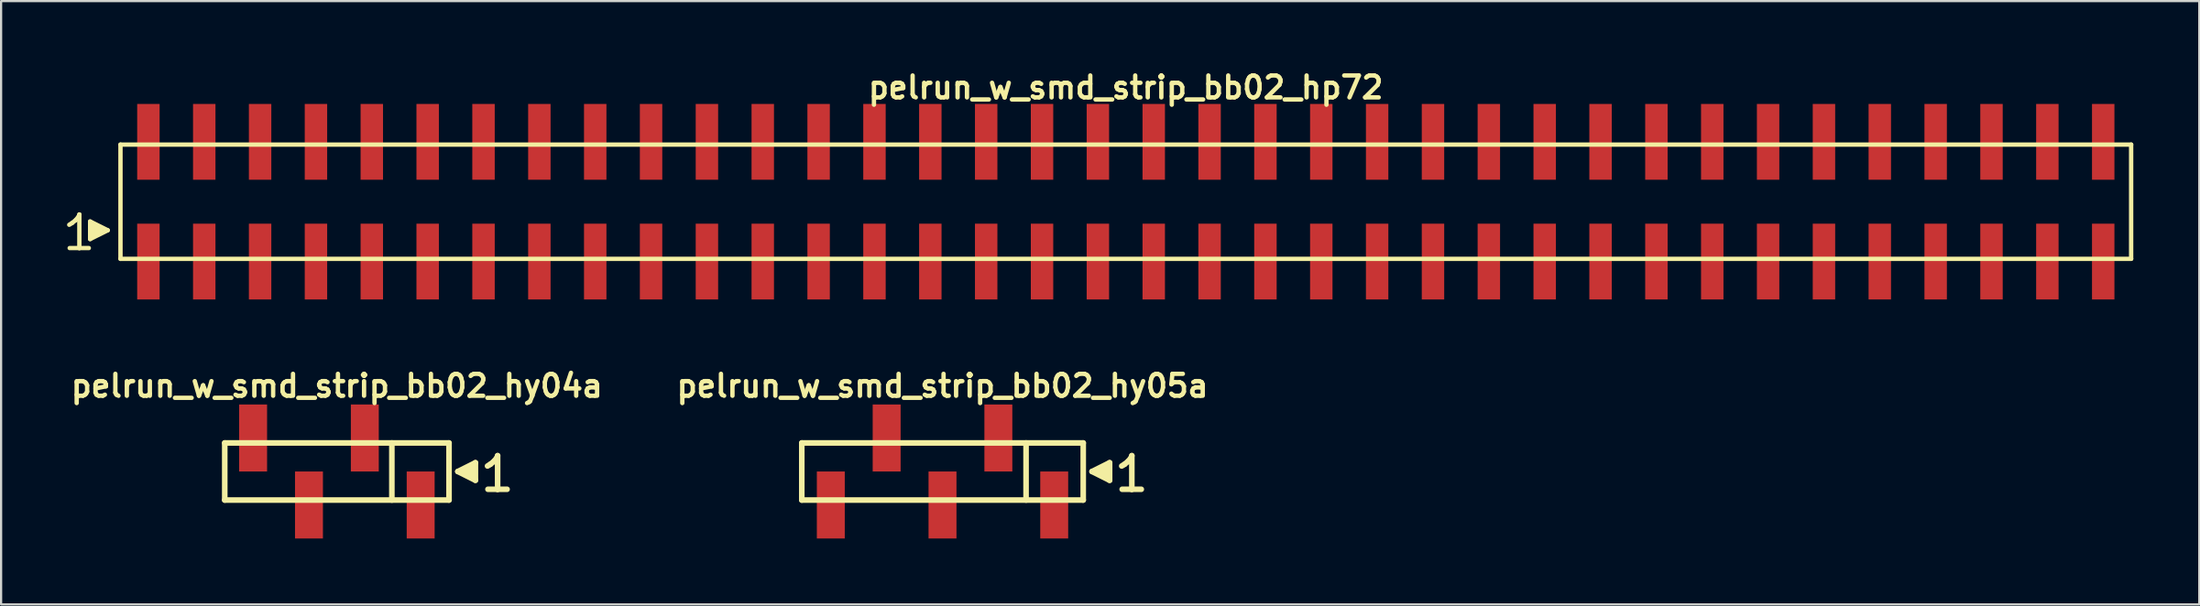
<source format=kicad_pcb>
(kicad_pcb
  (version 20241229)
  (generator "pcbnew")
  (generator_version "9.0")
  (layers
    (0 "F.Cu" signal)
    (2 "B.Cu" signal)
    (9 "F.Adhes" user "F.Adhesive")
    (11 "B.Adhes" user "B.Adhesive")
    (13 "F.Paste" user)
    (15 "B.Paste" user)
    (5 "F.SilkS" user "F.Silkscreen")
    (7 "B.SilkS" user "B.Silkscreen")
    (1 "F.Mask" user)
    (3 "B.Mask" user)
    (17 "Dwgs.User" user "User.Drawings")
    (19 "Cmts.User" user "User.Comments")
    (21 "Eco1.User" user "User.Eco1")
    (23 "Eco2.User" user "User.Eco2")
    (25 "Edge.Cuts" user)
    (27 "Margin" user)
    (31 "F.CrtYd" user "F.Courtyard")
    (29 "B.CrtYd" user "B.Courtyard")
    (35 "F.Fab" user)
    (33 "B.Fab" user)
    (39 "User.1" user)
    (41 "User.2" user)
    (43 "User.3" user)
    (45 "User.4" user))
  (footprint "pelrun_w_smd_strip_bb02_hp72"
    (layer "F.Cu")
    (at 48.149 6.132)
    (property "Reference" "pelrun_w_smd_strip_bb02_hp72" (at 0 -5.2 0) (layer "F.SilkS") (effects (font (size 0.998 0.998) (thickness 0.198))))
    (attr through_hole)
    (fp_line (start -48.05 1.05) (end -47.92 0.97) (stroke (width 0.198) (type solid)) (layer "F.SilkS"))
    (fp_line (start -47.92 0.97) (end -47.76 0.84) (stroke (width 0.198) (type solid)) (layer "F.SilkS"))
    (fp_line (start -47.76 0.84) (end -47.62 0.67) (stroke (width 0.198) (type solid)) (layer "F.SilkS"))
    (fp_line (start -47.62 0.67) (end -47.59 0.58) (stroke (width 0.198) (type solid)) (layer "F.SilkS"))
    (fp_line (start -47.59 0.58) (end -47.59 2.11) (stroke (width 0.198) (type solid)) (layer "F.SilkS"))
    (fp_line (start -47.59 2.11) (end -48.03 2.11) (stroke (width 0.198) (type solid)) (layer "F.SilkS"))
    (fp_line (start -47.16 2.11) (end -47.6 2.11) (stroke (width 0.198) (type solid)) (layer "F.SilkS"))
    (fp_line (start -47.1 0.9) (end -46.3 1.3) (stroke (width 0.198) (type solid)) (layer "F.SilkS"))
    (fp_line (start -47.1 1.7) (end -47.1 0.9) (stroke (width 0.198) (type solid)) (layer "F.SilkS"))
    (fp_line (start -47 1.6) (end -47 1) (stroke (width 0.198) (type solid)) (layer "F.SilkS"))
    (fp_line (start -46.9 1.1) (end -46.9 1.5) (stroke (width 0.198) (type solid)) (layer "F.SilkS"))
    (fp_line (start -46.8 1.5) (end -46.8 1.1) (stroke (width 0.198) (type solid)) (layer "F.SilkS"))
    (fp_line (start -46.7 1.2) (end -46.7 1.4) (stroke (width 0.198) (type solid)) (layer "F.SilkS"))
    (fp_line (start -46.6 1.4) (end -46.6 1.2) (stroke (width 0.198) (type solid)) (layer "F.SilkS"))
    (fp_line (start -46.3 1.3) (end -47.1 1.7) (stroke (width 0.198) (type solid)) (layer "F.SilkS"))
    (fp_line (start -45.72 -2.6) (end -45.72 2.6) (stroke (width 0.198) (type solid)) (layer "F.SilkS"))
    (fp_line (start -45.72 -2.6) (end 45.72 -2.6) (stroke (width 0.198) (type solid)) (layer "F.SilkS"))
    (fp_line (start 45.72 2.6) (end -45.72 2.6) (stroke (width 0.198) (type solid)) (layer "F.SilkS"))
    (fp_line (start 45.72 2.6) (end 45.72 -2.6) (stroke (width 0.198) (type solid)) (layer "F.SilkS"))
    (pad "1" smd rect (at -44.45 2.725) (size 1.02 3.45) (layers "F.Cu" "F.Mask" "F.Paste"))
    (pad "2" smd rect (at -44.45 -2.725) (size 1.02 3.45) (layers "F.Cu" "F.Mask" "F.Paste"))
    (pad "3" smd rect (at -41.91 2.725) (size 1.02 3.45) (layers "F.Cu" "F.Mask" "F.Paste"))
    (pad "4" smd rect (at -41.91 -2.725) (size 1.02 3.45) (layers "F.Cu" "F.Mask" "F.Paste"))
    (pad "5" smd rect (at -39.37 2.725) (size 1.02 3.45) (layers "F.Cu" "F.Mask" "F.Paste"))
    (pad "6" smd rect (at -39.37 -2.725) (size 1.02 3.45) (layers "F.Cu" "F.Mask" "F.Paste"))
    (pad "7" smd rect (at -36.83 2.725) (size 1.02 3.45) (layers "F.Cu" "F.Mask" "F.Paste"))
    (pad "8" smd rect (at -36.83 -2.725) (size 1.02 3.45) (layers "F.Cu" "F.Mask" "F.Paste"))
    (pad "9" smd rect (at -34.29 2.725) (size 1.02 3.45) (layers "F.Cu" "F.Mask" "F.Paste"))
    (pad "10" smd rect (at -34.29 -2.725) (size 1.02 3.45) (layers "F.Cu" "F.Mask" "F.Paste"))
    (pad "11" smd rect (at -31.75 2.725) (size 1.02 3.45) (layers "F.Cu" "F.Mask" "F.Paste"))
    (pad "12" smd rect (at -31.75 -2.725) (size 1.02 3.45) (layers "F.Cu" "F.Mask" "F.Paste"))
    (pad "13" smd rect (at -29.21 2.725) (size 1.02 3.45) (layers "F.Cu" "F.Mask" "F.Paste"))
    (pad "14" smd rect (at -29.21 -2.725) (size 1.02 3.45) (layers "F.Cu" "F.Mask" "F.Paste"))
    (pad "15" smd rect (at -26.67 2.725) (size 1.02 3.45) (layers "F.Cu" "F.Mask" "F.Paste"))
    (pad "16" smd rect (at -26.67 -2.725) (size 1.02 3.45) (layers "F.Cu" "F.Mask" "F.Paste"))
    (pad "17" smd rect (at -24.13 2.725) (size 1.02 3.45) (layers "F.Cu" "F.Mask" "F.Paste"))
    (pad "18" smd rect (at -24.13 -2.725) (size 1.02 3.45) (layers "F.Cu" "F.Mask" "F.Paste"))
    (pad "19" smd rect (at -21.59 2.725) (size 1.02 3.45) (layers "F.Cu" "F.Mask" "F.Paste"))
    (pad "20" smd rect (at -21.59 -2.725) (size 1.02 3.45) (layers "F.Cu" "F.Mask" "F.Paste"))
    (pad "21" smd rect (at -19.05 2.725) (size 1.02 3.45) (layers "F.Cu" "F.Mask" "F.Paste"))
    (pad "22" smd rect (at -19.05 -2.725) (size 1.02 3.45) (layers "F.Cu" "F.Mask" "F.Paste"))
    (pad "23" smd rect (at -16.51 2.725) (size 1.02 3.45) (layers "F.Cu" "F.Mask" "F.Paste"))
    (pad "24" smd rect (at -16.51 -2.725) (size 1.02 3.45) (layers "F.Cu" "F.Mask" "F.Paste"))
    (pad "25" smd rect (at -13.97 2.725) (size 1.02 3.45) (layers "F.Cu" "F.Mask" "F.Paste"))
    (pad "26" smd rect (at -13.97 -2.725) (size 1.02 3.45) (layers "F.Cu" "F.Mask" "F.Paste"))
    (pad "27" smd rect (at -11.43 2.725) (size 1.02 3.45) (layers "F.Cu" "F.Mask" "F.Paste"))
    (pad "28" smd rect (at -11.43 -2.725) (size 1.02 3.45) (layers "F.Cu" "F.Mask" "F.Paste"))
    (pad "29" smd rect (at -8.89 2.725) (size 1.02 3.45) (layers "F.Cu" "F.Mask" "F.Paste"))
    (pad "30" smd rect (at -8.89 -2.725) (size 1.02 3.45) (layers "F.Cu" "F.Mask" "F.Paste"))
    (pad "31" smd rect (at -6.35 2.725) (size 1.02 3.45) (layers "F.Cu" "F.Mask" "F.Paste"))
    (pad "32" smd rect (at -6.35 -2.725) (size 1.02 3.45) (layers "F.Cu" "F.Mask" "F.Paste"))
    (pad "33" smd rect (at -3.81 2.725) (size 1.02 3.45) (layers "F.Cu" "F.Mask" "F.Paste"))
    (pad "34" smd rect (at -3.81 -2.725) (size 1.02 3.45) (layers "F.Cu" "F.Mask" "F.Paste"))
    (pad "35" smd rect (at -1.27 2.725) (size 1.02 3.45) (layers "F.Cu" "F.Mask" "F.Paste"))
    (pad "36" smd rect (at -1.27 -2.725) (size 1.02 3.45) (layers "F.Cu" "F.Mask" "F.Paste"))
    (pad "37" smd rect (at 1.27 2.725) (size 1.02 3.45) (layers "F.Cu" "F.Mask" "F.Paste"))
    (pad "38" smd rect (at 1.27 -2.725) (size 1.02 3.45) (layers "F.Cu" "F.Mask" "F.Paste"))
    (pad "39" smd rect (at 3.81 2.725) (size 1.02 3.45) (layers "F.Cu" "F.Mask" "F.Paste"))
    (pad "40" smd rect (at 3.81 -2.725) (size 1.02 3.45) (layers "F.Cu" "F.Mask" "F.Paste"))
    (pad "41" smd rect (at 6.35 2.725) (size 1.02 3.45) (layers "F.Cu" "F.Mask" "F.Paste"))
    (pad "42" smd rect (at 6.35 -2.725) (size 1.02 3.45) (layers "F.Cu" "F.Mask" "F.Paste"))
    (pad "43" smd rect (at 8.89 2.725) (size 1.02 3.45) (layers "F.Cu" "F.Mask" "F.Paste"))
    (pad "44" smd rect (at 8.89 -2.725) (size 1.02 3.45) (layers "F.Cu" "F.Mask" "F.Paste"))
    (pad "45" smd rect (at 11.43 2.725) (size 1.02 3.45) (layers "F.Cu" "F.Mask" "F.Paste"))
    (pad "46" smd rect (at 11.43 -2.725) (size 1.02 3.45) (layers "F.Cu" "F.Mask" "F.Paste"))
    (pad "47" smd rect (at 13.97 2.725) (size 1.02 3.45) (layers "F.Cu" "F.Mask" "F.Paste"))
    (pad "48" smd rect (at 13.97 -2.725) (size 1.02 3.45) (layers "F.Cu" "F.Mask" "F.Paste"))
    (pad "49" smd rect (at 16.51 2.725) (size 1.02 3.45) (layers "F.Cu" "F.Mask" "F.Paste"))
    (pad "50" smd rect (at 16.51 -2.725) (size 1.02 3.45) (layers "F.Cu" "F.Mask" "F.Paste"))
    (pad "51" smd rect (at 19.05 2.725) (size 1.02 3.45) (layers "F.Cu" "F.Mask" "F.Paste"))
    (pad "52" smd rect (at 19.05 -2.725) (size 1.02 3.45) (layers "F.Cu" "F.Mask" "F.Paste"))
    (pad "53" smd rect (at 21.59 2.725) (size 1.02 3.45) (layers "F.Cu" "F.Mask" "F.Paste"))
    (pad "54" smd rect (at 21.59 -2.725) (size 1.02 3.45) (layers "F.Cu" "F.Mask" "F.Paste"))
    (pad "55" smd rect (at 24.13 2.725) (size 1.02 3.45) (layers "F.Cu" "F.Mask" "F.Paste"))
    (pad "56" smd rect (at 24.13 -2.725) (size 1.02 3.45) (layers "F.Cu" "F.Mask" "F.Paste"))
    (pad "57" smd rect (at 26.67 2.725) (size 1.02 3.45) (layers "F.Cu" "F.Mask" "F.Paste"))
    (pad "58" smd rect (at 26.67 -2.725) (size 1.02 3.45) (layers "F.Cu" "F.Mask" "F.Paste"))
    (pad "59" smd rect (at 29.21 2.725) (size 1.02 3.45) (layers "F.Cu" "F.Mask" "F.Paste"))
    (pad "60" smd rect (at 29.21 -2.725) (size 1.02 3.45) (layers "F.Cu" "F.Mask" "F.Paste"))
    (pad "61" smd rect (at 31.75 2.725) (size 1.02 3.45) (layers "F.Cu" "F.Mask" "F.Paste"))
    (pad "62" smd rect (at 31.75 -2.725) (size 1.02 3.45) (layers "F.Cu" "F.Mask" "F.Paste"))
    (pad "63" smd rect (at 34.29 2.725) (size 1.02 3.45) (layers "F.Cu" "F.Mask" "F.Paste"))
    (pad "64" smd rect (at 34.29 -2.725) (size 1.02 3.45) (layers "F.Cu" "F.Mask" "F.Paste"))
    (pad "65" smd rect (at 36.83 2.725) (size 1.02 3.45) (layers "F.Cu" "F.Mask" "F.Paste"))
    (pad "66" smd rect (at 36.83 -2.725) (size 1.02 3.45) (layers "F.Cu" "F.Mask" "F.Paste"))
    (pad "67" smd rect (at 39.37 2.725) (size 1.02 3.45) (layers "F.Cu" "F.Mask" "F.Paste"))
    (pad "68" smd rect (at 39.37 -2.725) (size 1.02 3.45) (layers "F.Cu" "F.Mask" "F.Paste"))
    (pad "69" smd rect (at 41.91 2.725) (size 1.02 3.45) (layers "F.Cu" "F.Mask" "F.Paste"))
    (pad "70" smd rect (at 41.91 -2.725) (size 1.02 3.45) (layers "F.Cu" "F.Mask" "F.Paste"))
    (pad "71" smd rect (at 44.45 2.725) (size 1.02 3.45) (layers "F.Cu" "F.Mask" "F.Paste"))
    (pad "72" smd rect (at 44.45 -2.725) (size 1.02 3.45) (layers "F.Cu" "F.Mask" "F.Paste")))
  (footprint "pelrun_w_smd_strip_bb02_hy04a"
    (layer "F.Cu")
    (at 12.271 18.413)
    (property "Reference" "pelrun_w_smd_strip_bb02_hy04a" (at 0 -3.9 0) (layer "F.SilkS") (effects (font (size 0.998 0.998) (thickness 0.198))))
    (attr through_hole)
    (fp_line (start -5.1 -1.3) (end 5.1 -1.3) (stroke (width 0.254) (type solid)) (layer "F.SilkS"))
    (fp_line (start -5.1 1.3) (end -5.1 -1.3) (stroke (width 0.254) (type solid)) (layer "F.SilkS"))
    (fp_line (start 2.5 1.3) (end 2.5 -1.3) (stroke (width 0.254) (type solid)) (layer "F.SilkS"))
    (fp_line (start 5.1 -1.3) (end 5.1 1.3) (stroke (width 0.254) (type solid)) (layer "F.SilkS"))
    (fp_line (start 5.1 1.3) (end -5.1 1.3) (stroke (width 0.254) (type solid)) (layer "F.SilkS"))
    (fp_line (start 5.5 0) (end 6.3 0.4) (stroke (width 0.254) (type solid)) (layer "F.SilkS"))
    (fp_line (start 5.8 0.1) (end 5.8 -0.1) (stroke (width 0.254) (type solid)) (layer "F.SilkS"))
    (fp_line (start 5.9 -0.1) (end 5.9 0.1) (stroke (width 0.254) (type solid)) (layer "F.SilkS"))
    (fp_line (start 6 0.2) (end 6 -0.2) (stroke (width 0.254) (type solid)) (layer "F.SilkS"))
    (fp_line (start 6.1 -0.2) (end 6.1 0.2) (stroke (width 0.254) (type solid)) (layer "F.SilkS"))
    (fp_line (start 6.2 0.3) (end 6.2 -0.3) (stroke (width 0.254) (type solid)) (layer "F.SilkS"))
    (fp_line (start 6.3 -0.4) (end 5.5 0) (stroke (width 0.254) (type solid)) (layer "F.SilkS"))
    (fp_line (start 6.3 0.4) (end 6.3 -0.4) (stroke (width 0.254) (type solid)) (layer "F.SilkS"))
    (fp_line (start 6.85 -0.25) (end 6.98 -0.33) (stroke (width 0.254) (type solid)) (layer "F.SilkS"))
    (fp_line (start 6.98 -0.33) (end 7.14 -0.46) (stroke (width 0.254) (type solid)) (layer "F.SilkS"))
    (fp_line (start 7.14 -0.46) (end 7.28 -0.63) (stroke (width 0.254) (type solid)) (layer "F.SilkS"))
    (fp_line (start 7.28 -0.63) (end 7.31 -0.72) (stroke (width 0.254) (type solid)) (layer "F.SilkS"))
    (fp_line (start 7.31 -0.72) (end 7.31 0.81) (stroke (width 0.254) (type solid)) (layer "F.SilkS"))
    (fp_line (start 7.31 0.81) (end 6.87 0.81) (stroke (width 0.254) (type solid)) (layer "F.SilkS"))
    (fp_line (start 7.74 0.81) (end 7.3 0.81) (stroke (width 0.254) (type solid)) (layer "F.SilkS"))
    (pad "1" smd rect (at 3.81 1.525) (size 1.27 3.05) (layers "F.Cu" "F.Mask" "F.Paste"))
    (pad "2" smd rect (at 1.27 -1.525) (size 1.27 3.05) (layers "F.Cu" "F.Mask" "F.Paste"))
    (pad "3" smd rect (at -1.27 1.525) (size 1.27 3.05) (layers "F.Cu" "F.Mask" "F.Paste"))
    (pad "4" smd rect (at -3.81 -1.525) (size 1.27 3.05) (layers "F.Cu" "F.Mask" "F.Paste")))
  (footprint "pelrun_w_smd_strip_bb02_hy05a"
    (layer "F.Cu")
    (at 39.813 18.413)
    (property "Reference" "pelrun_w_smd_strip_bb02_hy05a" (at 0 -3.9 0) (layer "F.SilkS") (effects (font (size 0.998 0.998) (thickness 0.198))))
    (attr through_hole)
    (fp_line (start -6.4 -1.3) (end 6.4 -1.3) (stroke (width 0.254) (type solid)) (layer "F.SilkS"))
    (fp_line (start -6.4 1.3) (end -6.4 -1.3) (stroke (width 0.254) (type solid)) (layer "F.SilkS"))
    (fp_line (start 3.8 1.3) (end 3.8 -1.3) (stroke (width 0.254) (type solid)) (layer "F.SilkS"))
    (fp_line (start 6.4 -1.3) (end 6.4 1.3) (stroke (width 0.254) (type solid)) (layer "F.SilkS"))
    (fp_line (start 6.4 1.3) (end -6.4 1.3) (stroke (width 0.254) (type solid)) (layer "F.SilkS"))
    (fp_line (start 6.8 0) (end 7.6 0.4) (stroke (width 0.254) (type solid)) (layer "F.SilkS"))
    (fp_line (start 7.1 0.1) (end 7.1 -0.1) (stroke (width 0.254) (type solid)) (layer "F.SilkS"))
    (fp_line (start 7.2 -0.1) (end 7.2 0.1) (stroke (width 0.254) (type solid)) (layer "F.SilkS"))
    (fp_line (start 7.3 0.2) (end 7.3 -0.2) (stroke (width 0.254) (type solid)) (layer "F.SilkS"))
    (fp_line (start 7.4 -0.2) (end 7.4 0.2) (stroke (width 0.254) (type solid)) (layer "F.SilkS"))
    (fp_line (start 7.5 0.3) (end 7.5 -0.3) (stroke (width 0.254) (type solid)) (layer "F.SilkS"))
    (fp_line (start 7.6 -0.4) (end 6.8 0) (stroke (width 0.254) (type solid)) (layer "F.SilkS"))
    (fp_line (start 7.6 0.4) (end 7.6 -0.4) (stroke (width 0.254) (type solid)) (layer "F.SilkS"))
    (fp_line (start 8.15 -0.25) (end 8.28 -0.33) (stroke (width 0.254) (type solid)) (layer "F.SilkS"))
    (fp_line (start 8.28 -0.33) (end 8.44 -0.46) (stroke (width 0.254) (type solid)) (layer "F.SilkS"))
    (fp_line (start 8.44 -0.46) (end 8.58 -0.63) (stroke (width 0.254) (type solid)) (layer "F.SilkS"))
    (fp_line (start 8.58 -0.63) (end 8.61 -0.72) (stroke (width 0.254) (type solid)) (layer "F.SilkS"))
    (fp_line (start 8.61 -0.72) (end 8.61 0.81) (stroke (width 0.254) (type solid)) (layer "F.SilkS"))
    (fp_line (start 8.61 0.81) (end 8.17 0.81) (stroke (width 0.254) (type solid)) (layer "F.SilkS"))
    (fp_line (start 9.04 0.81) (end 8.6 0.81) (stroke (width 0.254) (type solid)) (layer "F.SilkS"))
    (pad "1" smd rect (at 5.08 1.525) (size 1.27 3.05) (layers "F.Cu" "F.Mask" "F.Paste"))
    (pad "2" smd rect (at 2.54 -1.525) (size 1.27 3.05) (layers "F.Cu" "F.Mask" "F.Paste"))
    (pad "3" smd rect (at 0 1.525) (size 1.27 3.05) (layers "F.Cu" "F.Mask" "F.Paste"))
    (pad "4" smd rect (at -2.54 -1.525) (size 1.27 3.05) (layers "F.Cu" "F.Mask" "F.Paste"))
    (pad "5" smd rect (at -5.08 1.525) (size 1.27 3.05) (layers "F.Cu" "F.Mask" "F.Paste")))
  (gr_rect
    (start -3 -3)
    (end 96.968 24.463)
    (stroke (width 0.1) (type default))
    (fill no)
    (layer "Edge.Cuts")))
</source>
